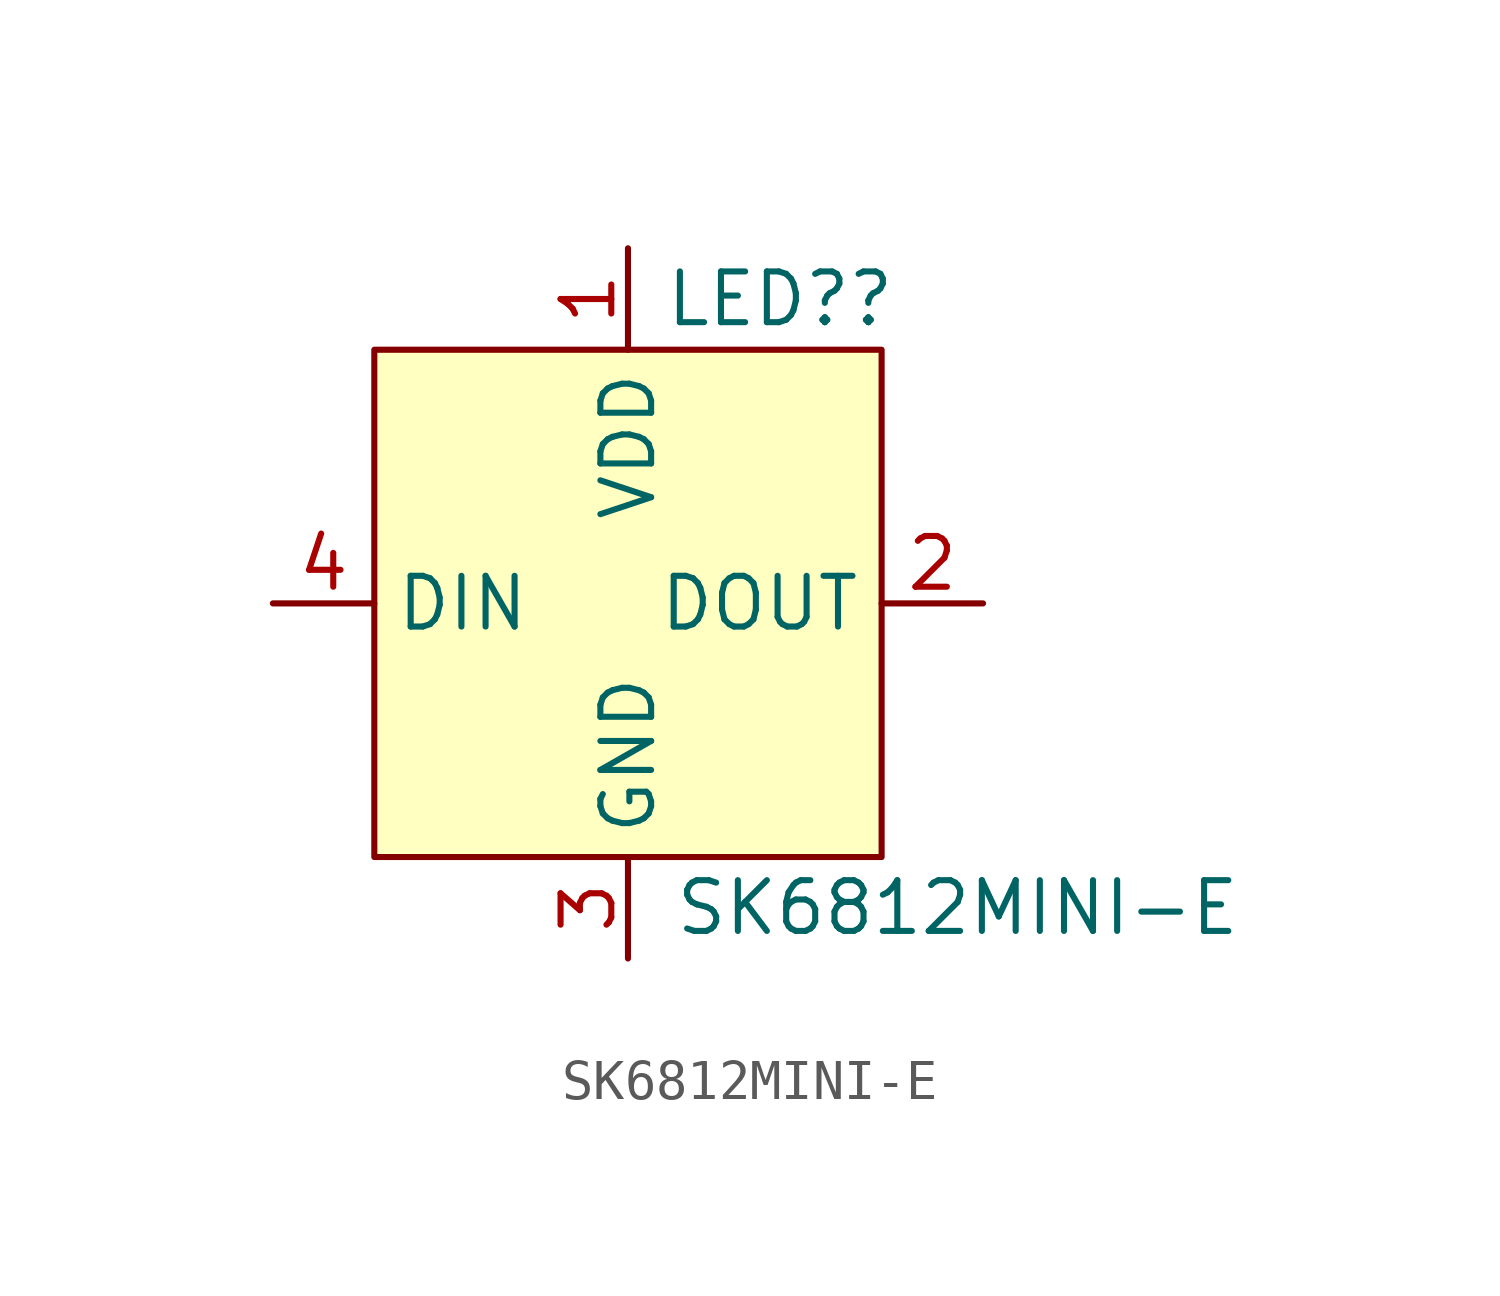
<source format=kicad_sym>
(kicad_symbol_lib
  (version 20220914)
  (generator kicad_symbol_editor)
  (symbol "SK6812MINI-E"
    (property "Reference" "LED?"
      (at 3.81 7.62 0)
      (effects (font (size 1.27 1.27))))
    (property "Value" "SK6812MINI-E"
      (at 8.255 -7.62 0)
      (effects (font (size 1.27 1.27))))
    (symbol "SK6812MINI-E_0_1"
      (rectangle (start -6.35 6.35) (end 6.35 -6.35) (stroke (width 0) (type default)) (fill (type background))))
    (symbol "SK6812MINI-E_1_1"
      (pin power_in line (at 0 8.89 270) (length 2.54) (name "VDD" (effects (font (size 1.27 1.27)))) (number "1" (effects (font (size 1.27 1.27)))))
      (pin output line (at 8.89 0 180) (length 2.54) (name "DOUT" (effects (font (size 1.27 1.27)))) (number "2" (effects (font (size 1.27 1.27)))))
      (pin power_in line (at 0 -8.89 90) (length 2.54) (name "GND" (effects (font (size 1.27 1.27)))) (number "3" (effects (font (size 1.27 1.27)))))
      (pin input line (at -8.89 0 0) (length 2.54) (name "DIN" (effects (font (size 1.27 1.27)))) (number "4" (effects (font (size 1.27 1.27))))))))
</source>
